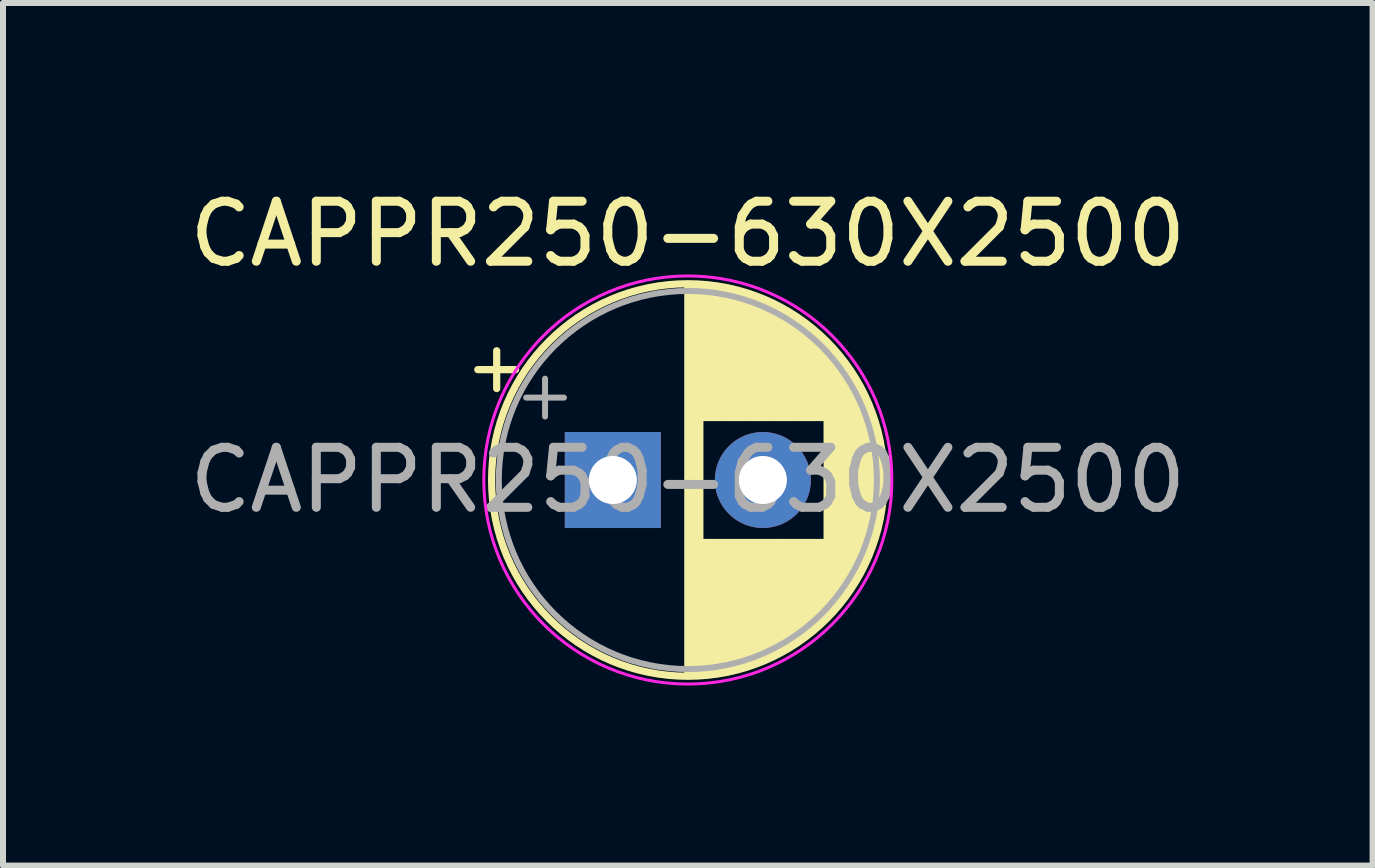
<source format=kicad_pcb>
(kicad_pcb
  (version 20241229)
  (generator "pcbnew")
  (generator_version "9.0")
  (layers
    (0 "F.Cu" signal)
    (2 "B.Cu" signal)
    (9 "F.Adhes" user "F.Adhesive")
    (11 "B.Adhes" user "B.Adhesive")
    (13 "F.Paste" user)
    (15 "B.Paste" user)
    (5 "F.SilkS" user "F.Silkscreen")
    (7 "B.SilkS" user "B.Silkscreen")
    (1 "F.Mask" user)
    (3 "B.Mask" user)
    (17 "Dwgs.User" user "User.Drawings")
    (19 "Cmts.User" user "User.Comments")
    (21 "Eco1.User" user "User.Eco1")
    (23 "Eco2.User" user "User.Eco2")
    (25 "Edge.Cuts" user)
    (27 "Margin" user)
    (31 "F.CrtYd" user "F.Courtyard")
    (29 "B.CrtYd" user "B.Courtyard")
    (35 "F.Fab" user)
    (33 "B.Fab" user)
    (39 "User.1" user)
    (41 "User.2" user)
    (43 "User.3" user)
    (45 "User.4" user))
  (footprint "CAPPR250-630X2500"
    (layer "F.Cu")
    (at 8.411 4.948)
    (property "Reference" "CAPPR250-630X2500" (at 0 -4.1 0) (layer "F.SilkS") (effects (font (size 1 1) (thickness 0.15))))
    (attr through_hole)
    (fp_line (start -3.5 -1.839) (end -2.87 -1.839) (stroke (width 0.12) (type solid)) (layer "F.SilkS"))
    (fp_line (start -3.185 -2.154) (end -3.185 -1.524) (stroke (width 0.12) (type solid)) (layer "F.SilkS"))
    (fp_line (start 0 -3.23) (end 0 3.23) (stroke (width 0.12) (type solid)) (layer "F.SilkS"))
    (fp_line (start 0.04 -3.23) (end 0.04 3.23) (stroke (width 0.12) (type solid)) (layer "F.SilkS"))
    (fp_line (start 0.08 -3.23) (end 0.08 3.23) (stroke (width 0.12) (type solid)) (layer "F.SilkS"))
    (fp_line (start 0.12 -3.228) (end 0.12 3.228) (stroke (width 0.12) (type solid)) (layer "F.SilkS"))
    (fp_line (start 0.16 -3.227) (end 0.16 3.227) (stroke (width 0.12) (type solid)) (layer "F.SilkS"))
    (fp_line (start 0.2 -3.224) (end 0.2 3.224) (stroke (width 0.12) (type solid)) (layer "F.SilkS"))
    (fp_line (start 0.24 -3.222) (end 0.24 -1.04) (stroke (width 0.12) (type solid)) (layer "F.SilkS"))
    (fp_line (start 0.24 1.04) (end 0.24 3.222) (stroke (width 0.12) (type solid)) (layer "F.SilkS"))
    (fp_line (start 0.28 -3.218) (end 0.28 -1.04) (stroke (width 0.12) (type solid)) (layer "F.SilkS"))
    (fp_line (start 0.28 1.04) (end 0.28 3.218) (stroke (width 0.12) (type solid)) (layer "F.SilkS"))
    (fp_line (start 0.32 -3.215) (end 0.32 -1.04) (stroke (width 0.12) (type solid)) (layer "F.SilkS"))
    (fp_line (start 0.32 1.04) (end 0.32 3.215) (stroke (width 0.12) (type solid)) (layer "F.SilkS"))
    (fp_line (start 0.36 -3.211) (end 0.36 -1.04) (stroke (width 0.12) (type solid)) (layer "F.SilkS"))
    (fp_line (start 0.36 1.04) (end 0.36 3.211) (stroke (width 0.12) (type solid)) (layer "F.SilkS"))
    (fp_line (start 0.4 -3.206) (end 0.4 -1.04) (stroke (width 0.12) (type solid)) (layer "F.SilkS"))
    (fp_line (start 0.4 1.04) (end 0.4 3.206) (stroke (width 0.12) (type solid)) (layer "F.SilkS"))
    (fp_line (start 0.44 -3.201) (end 0.44 -1.04) (stroke (width 0.12) (type solid)) (layer "F.SilkS"))
    (fp_line (start 0.44 1.04) (end 0.44 3.201) (stroke (width 0.12) (type solid)) (layer "F.SilkS"))
    (fp_line (start 0.48 -3.195) (end 0.48 -1.04) (stroke (width 0.12) (type solid)) (layer "F.SilkS"))
    (fp_line (start 0.48 1.04) (end 0.48 3.195) (stroke (width 0.12) (type solid)) (layer "F.SilkS"))
    (fp_line (start 0.52 -3.189) (end 0.52 -1.04) (stroke (width 0.12) (type solid)) (layer "F.SilkS"))
    (fp_line (start 0.52 1.04) (end 0.52 3.189) (stroke (width 0.12) (type solid)) (layer "F.SilkS"))
    (fp_line (start 0.56 -3.182) (end 0.56 -1.04) (stroke (width 0.12) (type solid)) (layer "F.SilkS"))
    (fp_line (start 0.56 1.04) (end 0.56 3.182) (stroke (width 0.12) (type solid)) (layer "F.SilkS"))
    (fp_line (start 0.6 -3.175) (end 0.6 -1.04) (stroke (width 0.12) (type solid)) (layer "F.SilkS"))
    (fp_line (start 0.6 1.04) (end 0.6 3.175) (stroke (width 0.12) (type solid)) (layer "F.SilkS"))
    (fp_line (start 0.64 -3.167) (end 0.64 -1.04) (stroke (width 0.12) (type solid)) (layer "F.SilkS"))
    (fp_line (start 0.64 1.04) (end 0.64 3.167) (stroke (width 0.12) (type solid)) (layer "F.SilkS"))
    (fp_line (start 0.68 -3.159) (end 0.68 -1.04) (stroke (width 0.12) (type solid)) (layer "F.SilkS"))
    (fp_line (start 0.68 1.04) (end 0.68 3.159) (stroke (width 0.12) (type solid)) (layer "F.SilkS"))
    (fp_line (start 0.721 -3.15) (end 0.721 -1.04) (stroke (width 0.12) (type solid)) (layer "F.SilkS"))
    (fp_line (start 0.721 1.04) (end 0.721 3.15) (stroke (width 0.12) (type solid)) (layer "F.SilkS"))
    (fp_line (start 0.761 -3.141) (end 0.761 -1.04) (stroke (width 0.12) (type solid)) (layer "F.SilkS"))
    (fp_line (start 0.761 1.04) (end 0.761 3.141) (stroke (width 0.12) (type solid)) (layer "F.SilkS"))
    (fp_line (start 0.801 -3.131) (end 0.801 -1.04) (stroke (width 0.12) (type solid)) (layer "F.SilkS"))
    (fp_line (start 0.801 1.04) (end 0.801 3.131) (stroke (width 0.12) (type solid)) (layer "F.SilkS"))
    (fp_line (start 0.841 -3.121) (end 0.841 -1.04) (stroke (width 0.12) (type solid)) (layer "F.SilkS"))
    (fp_line (start 0.841 1.04) (end 0.841 3.121) (stroke (width 0.12) (type solid)) (layer "F.SilkS"))
    (fp_line (start 0.881 -3.11) (end 0.881 -1.04) (stroke (width 0.12) (type solid)) (layer "F.SilkS"))
    (fp_line (start 0.881 1.04) (end 0.881 3.11) (stroke (width 0.12) (type solid)) (layer "F.SilkS"))
    (fp_line (start 0.921 -3.098) (end 0.921 -1.04) (stroke (width 0.12) (type solid)) (layer "F.SilkS"))
    (fp_line (start 0.921 1.04) (end 0.921 3.098) (stroke (width 0.12) (type solid)) (layer "F.SilkS"))
    (fp_line (start 0.961 -3.086) (end 0.961 -1.04) (stroke (width 0.12) (type solid)) (layer "F.SilkS"))
    (fp_line (start 0.961 1.04) (end 0.961 3.086) (stroke (width 0.12) (type solid)) (layer "F.SilkS"))
    (fp_line (start 1.001 -3.074) (end 1.001 -1.04) (stroke (width 0.12) (type solid)) (layer "F.SilkS"))
    (fp_line (start 1.001 1.04) (end 1.001 3.074) (stroke (width 0.12) (type solid)) (layer "F.SilkS"))
    (fp_line (start 1.041 -3.061) (end 1.041 -1.04) (stroke (width 0.12) (type solid)) (layer "F.SilkS"))
    (fp_line (start 1.041 1.04) (end 1.041 3.061) (stroke (width 0.12) (type solid)) (layer "F.SilkS"))
    (fp_line (start 1.081 -3.047) (end 1.081 -1.04) (stroke (width 0.12) (type solid)) (layer "F.SilkS"))
    (fp_line (start 1.081 1.04) (end 1.081 3.047) (stroke (width 0.12) (type solid)) (layer "F.SilkS"))
    (fp_line (start 1.121 -3.033) (end 1.121 -1.04) (stroke (width 0.12) (type solid)) (layer "F.SilkS"))
    (fp_line (start 1.121 1.04) (end 1.121 3.033) (stroke (width 0.12) (type solid)) (layer "F.SilkS"))
    (fp_line (start 1.161 -3.018) (end 1.161 -1.04) (stroke (width 0.12) (type solid)) (layer "F.SilkS"))
    (fp_line (start 1.161 1.04) (end 1.161 3.018) (stroke (width 0.12) (type solid)) (layer "F.SilkS"))
    (fp_line (start 1.201 -3.002) (end 1.201 -1.04) (stroke (width 0.12) (type solid)) (layer "F.SilkS"))
    (fp_line (start 1.201 1.04) (end 1.201 3.002) (stroke (width 0.12) (type solid)) (layer "F.SilkS"))
    (fp_line (start 1.241 -2.986) (end 1.241 -1.04) (stroke (width 0.12) (type solid)) (layer "F.SilkS"))
    (fp_line (start 1.241 1.04) (end 1.241 2.986) (stroke (width 0.12) (type solid)) (layer "F.SilkS"))
    (fp_line (start 1.281 -2.97) (end 1.281 -1.04) (stroke (width 0.12) (type solid)) (layer "F.SilkS"))
    (fp_line (start 1.281 1.04) (end 1.281 2.97) (stroke (width 0.12) (type solid)) (layer "F.SilkS"))
    (fp_line (start 1.321 -2.952) (end 1.321 -1.04) (stroke (width 0.12) (type solid)) (layer "F.SilkS"))
    (fp_line (start 1.321 1.04) (end 1.321 2.952) (stroke (width 0.12) (type solid)) (layer "F.SilkS"))
    (fp_line (start 1.361 -2.934) (end 1.361 -1.04) (stroke (width 0.12) (type solid)) (layer "F.SilkS"))
    (fp_line (start 1.361 1.04) (end 1.361 2.934) (stroke (width 0.12) (type solid)) (layer "F.SilkS"))
    (fp_line (start 1.401 -2.916) (end 1.401 -1.04) (stroke (width 0.12) (type solid)) (layer "F.SilkS"))
    (fp_line (start 1.401 1.04) (end 1.401 2.916) (stroke (width 0.12) (type solid)) (layer "F.SilkS"))
    (fp_line (start 1.441 -2.896) (end 1.441 -1.04) (stroke (width 0.12) (type solid)) (layer "F.SilkS"))
    (fp_line (start 1.441 1.04) (end 1.441 2.896) (stroke (width 0.12) (type solid)) (layer "F.SilkS"))
    (fp_line (start 1.481 -2.876) (end 1.481 -1.04) (stroke (width 0.12) (type solid)) (layer "F.SilkS"))
    (fp_line (start 1.481 1.04) (end 1.481 2.876) (stroke (width 0.12) (type solid)) (layer "F.SilkS"))
    (fp_line (start 1.521 -2.856) (end 1.521 -1.04) (stroke (width 0.12) (type solid)) (layer "F.SilkS"))
    (fp_line (start 1.521 1.04) (end 1.521 2.856) (stroke (width 0.12) (type solid)) (layer "F.SilkS"))
    (fp_line (start 1.561 -2.834) (end 1.561 -1.04) (stroke (width 0.12) (type solid)) (layer "F.SilkS"))
    (fp_line (start 1.561 1.04) (end 1.561 2.834) (stroke (width 0.12) (type solid)) (layer "F.SilkS"))
    (fp_line (start 1.601 -2.812) (end 1.601 -1.04) (stroke (width 0.12) (type solid)) (layer "F.SilkS"))
    (fp_line (start 1.601 1.04) (end 1.601 2.812) (stroke (width 0.12) (type solid)) (layer "F.SilkS"))
    (fp_line (start 1.641 -2.79) (end 1.641 -1.04) (stroke (width 0.12) (type solid)) (layer "F.SilkS"))
    (fp_line (start 1.641 1.04) (end 1.641 2.79) (stroke (width 0.12) (type solid)) (layer "F.SilkS"))
    (fp_line (start 1.681 -2.766) (end 1.681 -1.04) (stroke (width 0.12) (type solid)) (layer "F.SilkS"))
    (fp_line (start 1.681 1.04) (end 1.681 2.766) (stroke (width 0.12) (type solid)) (layer "F.SilkS"))
    (fp_line (start 1.721 -2.742) (end 1.721 -1.04) (stroke (width 0.12) (type solid)) (layer "F.SilkS"))
    (fp_line (start 1.721 1.04) (end 1.721 2.742) (stroke (width 0.12) (type solid)) (layer "F.SilkS"))
    (fp_line (start 1.761 -2.716) (end 1.761 -1.04) (stroke (width 0.12) (type solid)) (layer "F.SilkS"))
    (fp_line (start 1.761 1.04) (end 1.761 2.716) (stroke (width 0.12) (type solid)) (layer "F.SilkS"))
    (fp_line (start 1.801 -2.69) (end 1.801 -1.04) (stroke (width 0.12) (type solid)) (layer "F.SilkS"))
    (fp_line (start 1.801 1.04) (end 1.801 2.69) (stroke (width 0.12) (type solid)) (layer "F.SilkS"))
    (fp_line (start 1.841 -2.664) (end 1.841 -1.04) (stroke (width 0.12) (type solid)) (layer "F.SilkS"))
    (fp_line (start 1.841 1.04) (end 1.841 2.664) (stroke (width 0.12) (type solid)) (layer "F.SilkS"))
    (fp_line (start 1.881 -2.636) (end 1.881 -1.04) (stroke (width 0.12) (type solid)) (layer "F.SilkS"))
    (fp_line (start 1.881 1.04) (end 1.881 2.636) (stroke (width 0.12) (type solid)) (layer "F.SilkS"))
    (fp_line (start 1.921 -2.607) (end 1.921 -1.04) (stroke (width 0.12) (type solid)) (layer "F.SilkS"))
    (fp_line (start 1.921 1.04) (end 1.921 2.607) (stroke (width 0.12) (type solid)) (layer "F.SilkS"))
    (fp_line (start 1.961 -2.578) (end 1.961 -1.04) (stroke (width 0.12) (type solid)) (layer "F.SilkS"))
    (fp_line (start 1.961 1.04) (end 1.961 2.578) (stroke (width 0.12) (type solid)) (layer "F.SilkS"))
    (fp_line (start 2.001 -2.548) (end 2.001 -1.04) (stroke (width 0.12) (type solid)) (layer "F.SilkS"))
    (fp_line (start 2.001 1.04) (end 2.001 2.548) (stroke (width 0.12) (type solid)) (layer "F.SilkS"))
    (fp_line (start 2.041 -2.516) (end 2.041 -1.04) (stroke (width 0.12) (type solid)) (layer "F.SilkS"))
    (fp_line (start 2.041 1.04) (end 2.041 2.516) (stroke (width 0.12) (type solid)) (layer "F.SilkS"))
    (fp_line (start 2.081 -2.484) (end 2.081 -1.04) (stroke (width 0.12) (type solid)) (layer "F.SilkS"))
    (fp_line (start 2.081 1.04) (end 2.081 2.484) (stroke (width 0.12) (type solid)) (layer "F.SilkS"))
    (fp_line (start 2.121 -2.45) (end 2.121 -1.04) (stroke (width 0.12) (type solid)) (layer "F.SilkS"))
    (fp_line (start 2.121 1.04) (end 2.121 2.45) (stroke (width 0.12) (type solid)) (layer "F.SilkS"))
    (fp_line (start 2.161 -2.416) (end 2.161 -1.04) (stroke (width 0.12) (type solid)) (layer "F.SilkS"))
    (fp_line (start 2.161 1.04) (end 2.161 2.416) (stroke (width 0.12) (type solid)) (layer "F.SilkS"))
    (fp_line (start 2.201 -2.38) (end 2.201 -1.04) (stroke (width 0.12) (type solid)) (layer "F.SilkS"))
    (fp_line (start 2.201 1.04) (end 2.201 2.38) (stroke (width 0.12) (type solid)) (layer "F.SilkS"))
    (fp_line (start 2.241 -2.343) (end 2.241 -1.04) (stroke (width 0.12) (type solid)) (layer "F.SilkS"))
    (fp_line (start 2.241 1.04) (end 2.241 2.343) (stroke (width 0.12) (type solid)) (layer "F.SilkS"))
    (fp_line (start 2.281 -2.305) (end 2.281 -1.04) (stroke (width 0.12) (type solid)) (layer "F.SilkS"))
    (fp_line (start 2.281 1.04) (end 2.281 2.305) (stroke (width 0.12) (type solid)) (layer "F.SilkS"))
    (fp_line (start 2.321 -2.265) (end 2.321 2.265) (stroke (width 0.12) (type solid)) (layer "F.SilkS"))
    (fp_line (start 2.361 -2.224) (end 2.361 2.224) (stroke (width 0.12) (type solid)) (layer "F.SilkS"))
    (fp_line (start 2.401 -2.182) (end 2.401 2.182) (stroke (width 0.12) (type solid)) (layer "F.SilkS"))
    (fp_line (start 2.441 -2.137) (end 2.441 2.137) (stroke (width 0.12) (type solid)) (layer "F.SilkS"))
    (fp_line (start 2.481 -2.092) (end 2.481 2.092) (stroke (width 0.12) (type solid)) (layer "F.SilkS"))
    (fp_line (start 2.521 -2.044) (end 2.521 2.044) (stroke (width 0.12) (type solid)) (layer "F.SilkS"))
    (fp_line (start 2.561 -1.995) (end 2.561 1.995) (stroke (width 0.12) (type solid)) (layer "F.SilkS"))
    (fp_line (start 2.601 -1.944) (end 2.601 1.944) (stroke (width 0.12) (type solid)) (layer "F.SilkS"))
    (fp_line (start 2.641 -1.89) (end 2.641 1.89) (stroke (width 0.12) (type solid)) (layer "F.SilkS"))
    (fp_line (start 2.681 -1.834) (end 2.681 1.834) (stroke (width 0.12) (type solid)) (layer "F.SilkS"))
    (fp_line (start 2.721 -1.776) (end 2.721 1.776) (stroke (width 0.12) (type solid)) (layer "F.SilkS"))
    (fp_line (start 2.761 -1.714) (end 2.761 1.714) (stroke (width 0.12) (type solid)) (layer "F.SilkS"))
    (fp_line (start 2.801 -1.65) (end 2.801 1.65) (stroke (width 0.12) (type solid)) (layer "F.SilkS"))
    (fp_line (start 2.841 -1.581) (end 2.841 1.581) (stroke (width 0.12) (type solid)) (layer "F.SilkS"))
    (fp_line (start 2.881 -1.509) (end 2.881 1.509) (stroke (width 0.12) (type solid)) (layer "F.SilkS"))
    (fp_line (start 2.921 -1.432) (end 2.921 1.432) (stroke (width 0.12) (type solid)) (layer "F.SilkS"))
    (fp_line (start 2.961 -1.35) (end 2.961 1.35) (stroke (width 0.12) (type solid)) (layer "F.SilkS"))
    (fp_line (start 3.001 -1.262) (end 3.001 1.262) (stroke (width 0.12) (type solid)) (layer "F.SilkS"))
    (fp_line (start 3.041 -1.165) (end 3.041 1.165) (stroke (width 0.12) (type solid)) (layer "F.SilkS"))
    (fp_line (start 3.081 -1.059) (end 3.081 1.059) (stroke (width 0.12) (type solid)) (layer "F.SilkS"))
    (fp_line (start 3.121 -0.94) (end 3.121 0.94) (stroke (width 0.12) (type solid)) (layer "F.SilkS"))
    (fp_line (start 3.161 -0.802) (end 3.161 0.802) (stroke (width 0.12) (type solid)) (layer "F.SilkS"))
    (fp_line (start 3.201 -0.633) (end 3.201 0.633) (stroke (width 0.12) (type solid)) (layer "F.SilkS"))
    (fp_line (start 3.241 -0.402) (end 3.241 0.402) (stroke (width 0.12) (type solid)) (layer "F.SilkS"))
    (fp_circle (center 0 0) (end 3.27 0) (stroke (width 0.12) (type solid)) (fill no) (layer "F.SilkS"))
    (fp_circle (center 0 0) (end 3.4 0) (stroke (width 0.05) (type solid)) (fill no) (layer "F.CrtYd"))
    (fp_line (start -2.694 -1.373) (end -2.064 -1.373) (stroke (width 0.1) (type solid)) (layer "F.Fab"))
    (fp_line (start -2.379 -1.688) (end -2.379 -1.058) (stroke (width 0.1) (type solid)) (layer "F.Fab"))
    (fp_circle (center 0 0) (end 3.15 0) (stroke (width 0.1) (type solid)) (fill no) (layer "F.Fab"))
    (fp_text user "${REFERENCE}" (at 0 0 0) (layer "F.Fab") (effects (font (size 1 1) (thickness 0.15))))
    (pad "1" thru_hole rect (at -1.25 0) (size 1.6 1.6) (drill 0.8) (layers "*.Cu" "*.Mask"))
    (pad "2" thru_hole circle (at 1.25 0) (size 1.6 1.6) (drill 0.8) (layers "*.Cu" "*.Mask")))
  (gr_rect
    (start -3 -3)
    (end 19.821 11.373)
    (stroke (width 0.1) (type default))
    (fill no)
    (layer "Edge.Cuts")))
</source>
